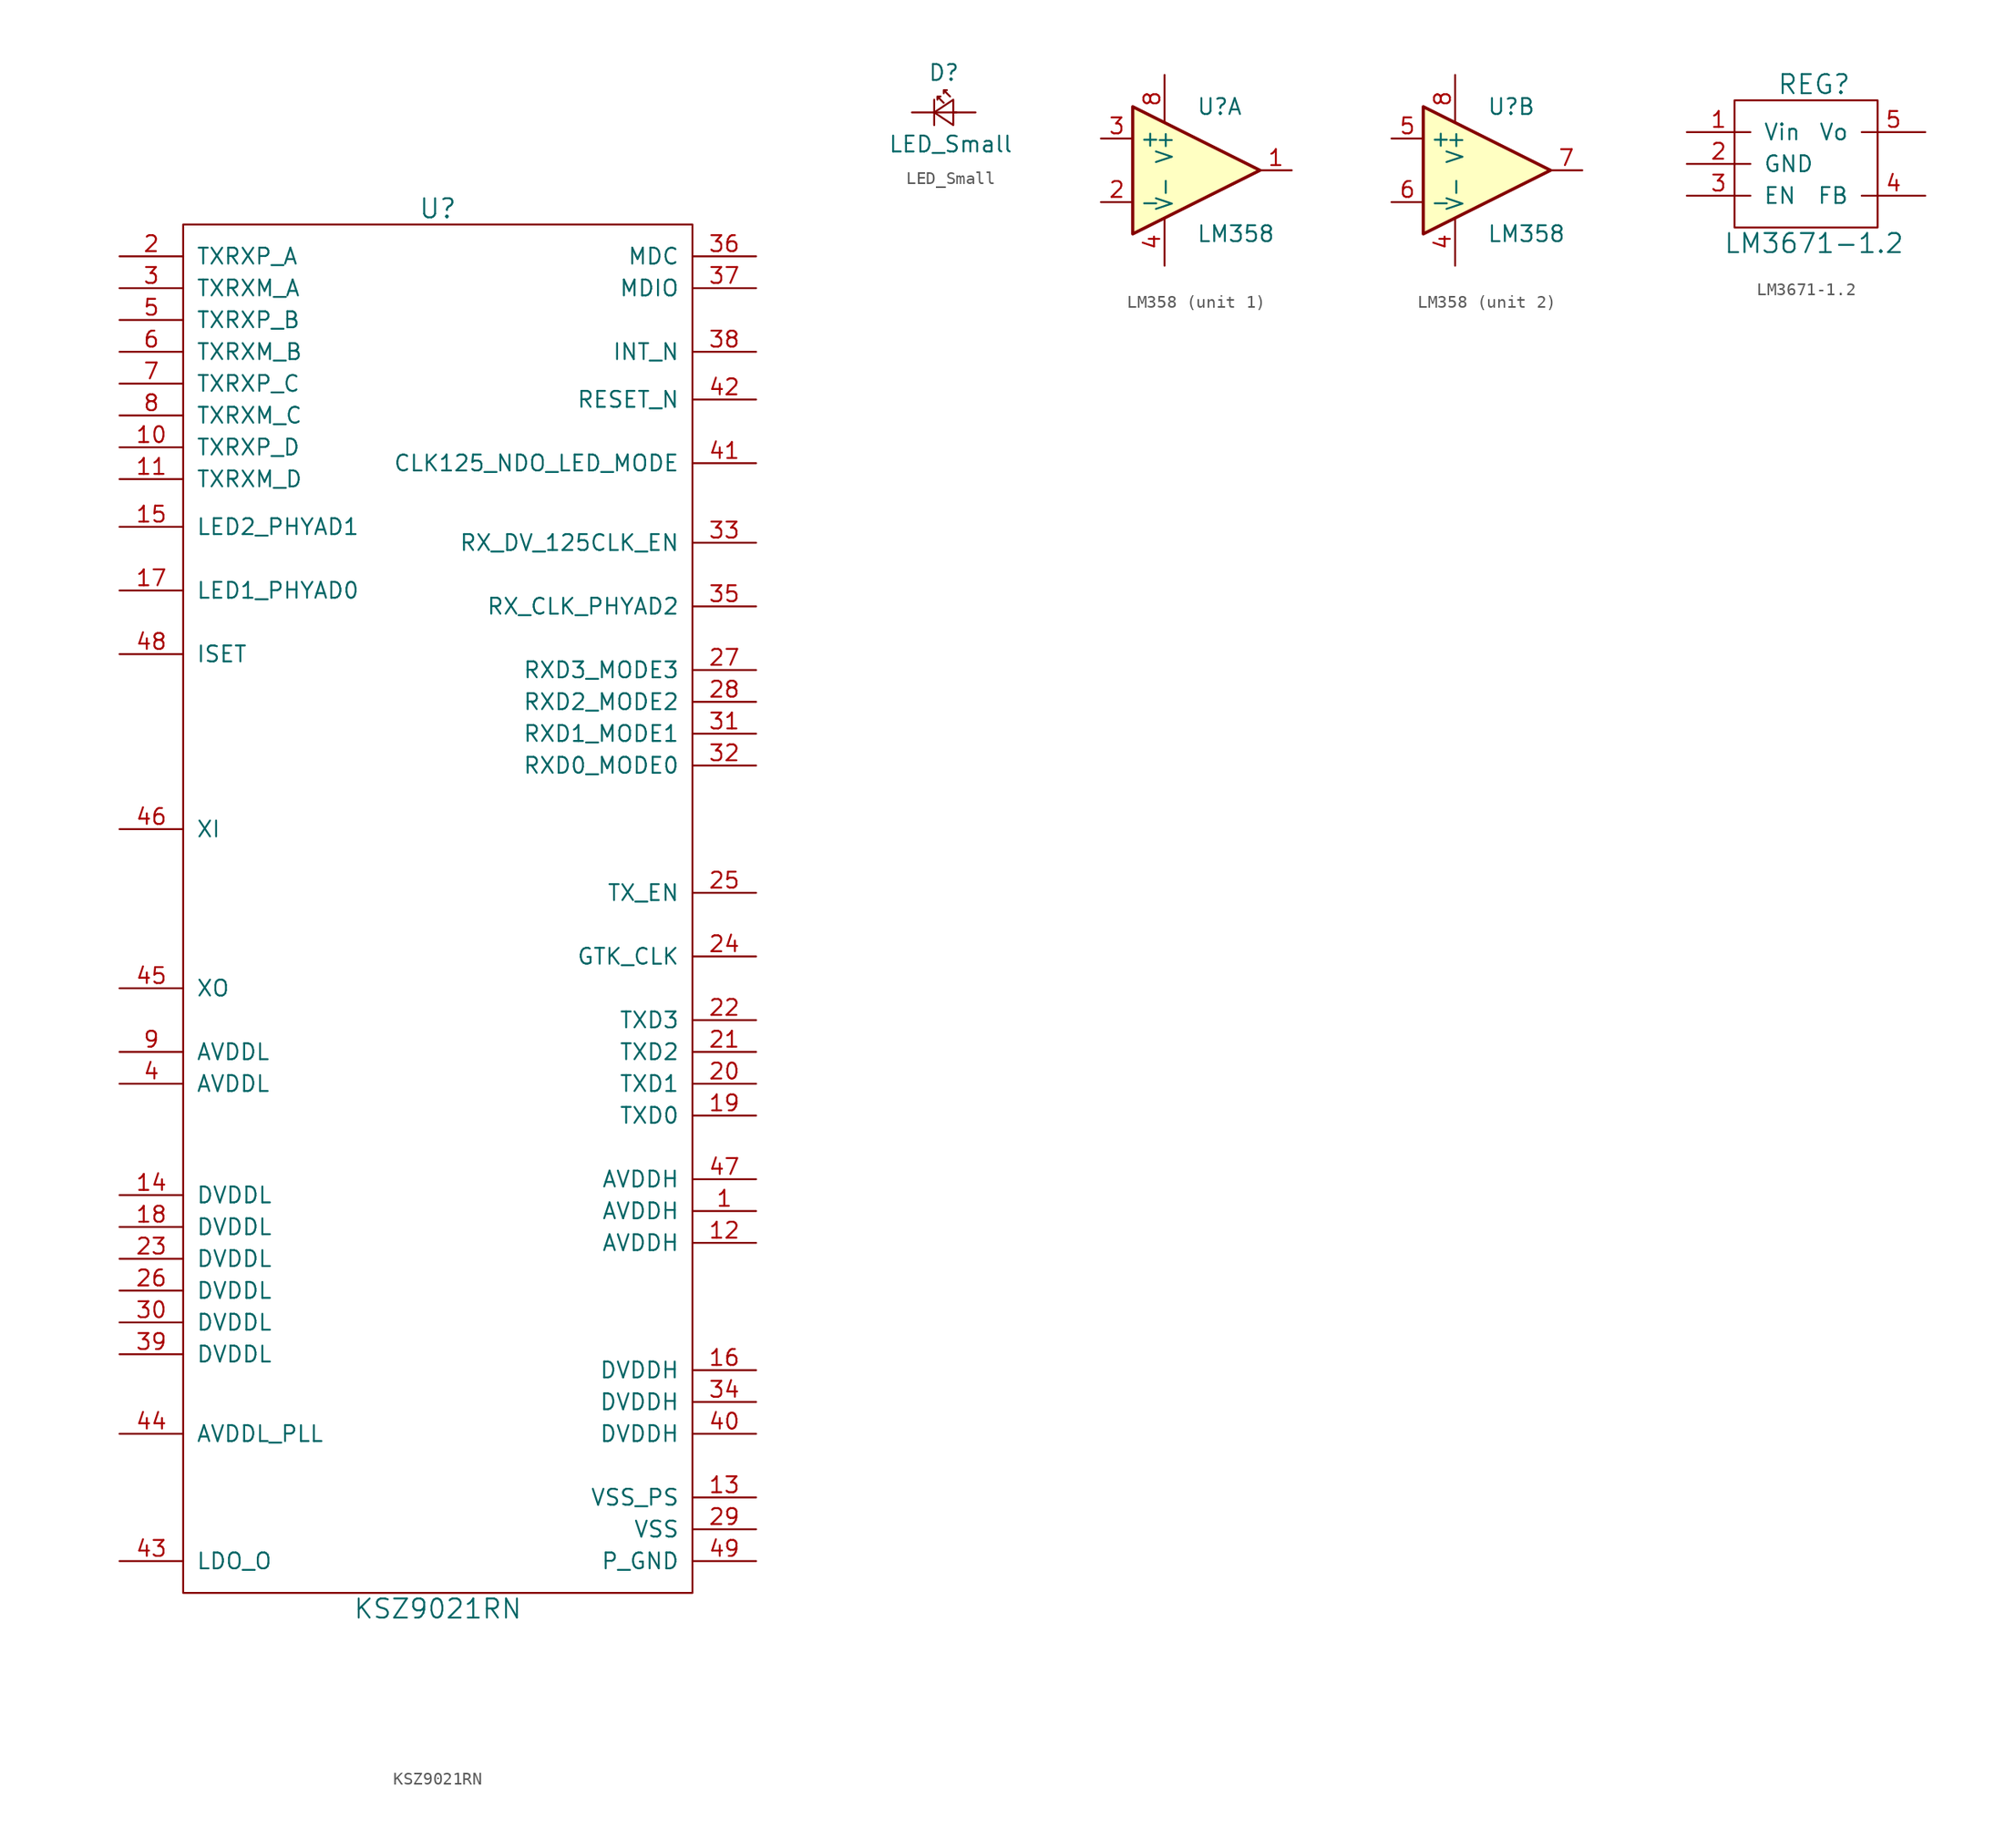
<source format=kicad_sym>
(kicad_symbol_lib
  (version 20210619)
  (generator kicad_symbol_editor)
  (symbol "hermeslite:KSZ9021RN"
    (pin_names
      (offset 1.016))
    (property "Reference" "U"
      (at 0 49.53 0)
      (effects (font (size 1.524 1.524))))
    (property "Value" "KSZ9021RN"
      (at 0 -62.23 0)
      (effects (font (size 1.524 1.524))))
    (property "Footprint" ""
      (at 5.08 17.78 0)
      (effects (font (size 1.524 1.524))))
    (property "Datasheet" ""
      (at 5.08 17.78 0)
      (effects (font (size 1.524 1.524))))
    (symbol "KSZ9021RN_0_1"
      (rectangle (start -20.32 48.26) (end 20.32 -60.96) (stroke (width 0)) (fill (type none))))
    (symbol "KSZ9021RN_1_1"
      (pin power_in line (at 25.4 -30.48 180) (length 5.08) (name "AVDDH" (effects (font (size 1.27 1.27)))) (number "1" (effects (font (size 1.27 1.27)))))
      (pin bidirectional line (at -25.4 30.48 0) (length 5.08) (name "TXRXP_D" (effects (font (size 1.27 1.27)))) (number "10" (effects (font (size 1.27 1.27)))))
      (pin bidirectional line (at -25.4 27.94 0) (length 5.08) (name "TXRXM_D" (effects (font (size 1.27 1.27)))) (number "11" (effects (font (size 1.27 1.27)))))
      (pin power_in line (at 25.4 -33.02 180) (length 5.08) (name "AVDDH" (effects (font (size 1.27 1.27)))) (number "12" (effects (font (size 1.27 1.27)))))
      (pin power_in line (at 25.4 -53.34 180) (length 5.08) (name "VSS_PS" (effects (font (size 1.27 1.27)))) (number "13" (effects (font (size 1.27 1.27)))))
      (pin power_in line (at -25.4 -29.21 0) (length 5.08) (name "DVDDL" (effects (font (size 1.27 1.27)))) (number "14" (effects (font (size 1.27 1.27)))))
      (pin bidirectional line (at -25.4 24.13 0) (length 5.08) (name "LED2_PHYAD1" (effects (font (size 1.27 1.27)))) (number "15" (effects (font (size 1.27 1.27)))))
      (pin power_in line (at 25.4 -43.18 180) (length 5.08) (name "DVDDH" (effects (font (size 1.27 1.27)))) (number "16" (effects (font (size 1.27 1.27)))))
      (pin bidirectional line (at -25.4 19.05 0) (length 5.08) (name "LED1_PHYAD0" (effects (font (size 1.27 1.27)))) (number "17" (effects (font (size 1.27 1.27)))))
      (pin power_in line (at -25.4 -31.75 0) (length 5.08) (name "DVDDL" (effects (font (size 1.27 1.27)))) (number "18" (effects (font (size 1.27 1.27)))))
      (pin input line (at 25.4 -22.86 180) (length 5.08) (name "TXD0" (effects (font (size 1.27 1.27)))) (number "19" (effects (font (size 1.27 1.27)))))
      (pin bidirectional line (at -25.4 45.72 0) (length 5.08) (name "TXRXP_A" (effects (font (size 1.27 1.27)))) (number "2" (effects (font (size 1.27 1.27)))))
      (pin input line (at 25.4 -20.32 180) (length 5.08) (name "TXD1" (effects (font (size 1.27 1.27)))) (number "20" (effects (font (size 1.27 1.27)))))
      (pin input line (at 25.4 -17.78 180) (length 5.08) (name "TXD2" (effects (font (size 1.27 1.27)))) (number "21" (effects (font (size 1.27 1.27)))))
      (pin input line (at 25.4 -15.24 180) (length 5.08) (name "TXD3" (effects (font (size 1.27 1.27)))) (number "22" (effects (font (size 1.27 1.27)))))
      (pin power_in line (at -25.4 -34.29 0) (length 5.08) (name "DVDDL" (effects (font (size 1.27 1.27)))) (number "23" (effects (font (size 1.27 1.27)))))
      (pin input line (at 25.4 -10.16 180) (length 5.08) (name "GTK_CLK" (effects (font (size 1.27 1.27)))) (number "24" (effects (font (size 1.27 1.27)))))
      (pin input line (at 25.4 -5.08 180) (length 5.08) (name "TX_EN" (effects (font (size 1.27 1.27)))) (number "25" (effects (font (size 1.27 1.27)))))
      (pin power_in line (at -25.4 -36.83 0) (length 5.08) (name "DVDDL" (effects (font (size 1.27 1.27)))) (number "26" (effects (font (size 1.27 1.27)))))
      (pin bidirectional line (at 25.4 12.7 180) (length 5.08) (name "RXD3_MODE3" (effects (font (size 1.27 1.27)))) (number "27" (effects (font (size 1.27 1.27)))))
      (pin bidirectional line (at 25.4 10.16 180) (length 5.08) (name "RXD2_MODE2" (effects (font (size 1.27 1.27)))) (number "28" (effects (font (size 1.27 1.27)))))
      (pin power_in line (at 25.4 -55.88 180) (length 5.08) (name "VSS" (effects (font (size 1.27 1.27)))) (number "29" (effects (font (size 1.27 1.27)))))
      (pin bidirectional line (at -25.4 43.18 0) (length 5.08) (name "TXRXM_A" (effects (font (size 1.27 1.27)))) (number "3" (effects (font (size 1.27 1.27)))))
      (pin power_in line (at -25.4 -39.37 0) (length 5.08) (name "DVDDL" (effects (font (size 1.27 1.27)))) (number "30" (effects (font (size 1.27 1.27)))))
      (pin bidirectional line (at 25.4 7.62 180) (length 5.08) (name "RXD1_MODE1" (effects (font (size 1.27 1.27)))) (number "31" (effects (font (size 1.27 1.27)))))
      (pin bidirectional line (at 25.4 5.08 180) (length 5.08) (name "RXD0_MODE0" (effects (font (size 1.27 1.27)))) (number "32" (effects (font (size 1.27 1.27)))))
      (pin bidirectional line (at 25.4 22.86 180) (length 5.08) (name "RX_DV_125CLK_EN" (effects (font (size 1.27 1.27)))) (number "33" (effects (font (size 1.27 1.27)))))
      (pin power_in line (at 25.4 -45.72 180) (length 5.08) (name "DVDDH" (effects (font (size 1.27 1.27)))) (number "34" (effects (font (size 1.27 1.27)))))
      (pin bidirectional line (at 25.4 17.78 180) (length 5.08) (name "RX_CLK_PHYAD2" (effects (font (size 1.27 1.27)))) (number "35" (effects (font (size 1.27 1.27)))))
      (pin input line (at 25.4 45.72 180) (length 5.08) (name "MDC" (effects (font (size 1.27 1.27)))) (number "36" (effects (font (size 1.27 1.27)))))
      (pin bidirectional line (at 25.4 43.18 180) (length 5.08) (name "MDIO" (effects (font (size 1.27 1.27)))) (number "37" (effects (font (size 1.27 1.27)))))
      (pin output line (at 25.4 38.1 180) (length 5.08) (name "INT_N" (effects (font (size 1.27 1.27)))) (number "38" (effects (font (size 1.27 1.27)))))
      (pin power_in line (at -25.4 -41.91 0) (length 5.08) (name "DVDDL" (effects (font (size 1.27 1.27)))) (number "39" (effects (font (size 1.27 1.27)))))
      (pin power_in line (at -25.4 -20.32 0) (length 5.08) (name "AVDDL" (effects (font (size 1.27 1.27)))) (number "4" (effects (font (size 1.27 1.27)))))
      (pin power_in line (at 25.4 -48.26 180) (length 5.08) (name "DVDDH" (effects (font (size 1.27 1.27)))) (number "40" (effects (font (size 1.27 1.27)))))
      (pin bidirectional line (at 25.4 29.21 180) (length 5.08) (name "CLK125_NDO_LED_MODE" (effects (font (size 1.27 1.27)))) (number "41" (effects (font (size 1.27 1.27)))))
      (pin input line (at 25.4 34.29 180) (length 5.08) (name "RESET_N" (effects (font (size 1.27 1.27)))) (number "42" (effects (font (size 1.27 1.27)))))
      (pin power_out line (at -25.4 -58.42 0) (length 5.08) (name "LDO_O" (effects (font (size 1.27 1.27)))) (number "43" (effects (font (size 1.27 1.27)))))
      (pin power_in line (at -25.4 -48.26 0) (length 5.08) (name "AVDDL_PLL" (effects (font (size 1.27 1.27)))) (number "44" (effects (font (size 1.27 1.27)))))
      (pin output line (at -25.4 -12.7 0) (length 5.08) (name "XO" (effects (font (size 1.27 1.27)))) (number "45" (effects (font (size 1.27 1.27)))))
      (pin input line (at -25.4 0 0) (length 5.08) (name "XI" (effects (font (size 1.27 1.27)))) (number "46" (effects (font (size 1.27 1.27)))))
      (pin power_in line (at 25.4 -27.94 180) (length 5.08) (name "AVDDH" (effects (font (size 1.27 1.27)))) (number "47" (effects (font (size 1.27 1.27)))))
      (pin bidirectional line (at -25.4 13.97 0) (length 5.08) (name "ISET" (effects (font (size 1.27 1.27)))) (number "48" (effects (font (size 1.27 1.27)))))
      (pin power_in line (at 25.4 -58.42 180) (length 5.08) (name "P_GND" (effects (font (size 1.27 1.27)))) (number "49" (effects (font (size 1.27 1.27)))))
      (pin bidirectional line (at -25.4 40.64 0) (length 5.08) (name "TXRXP_B" (effects (font (size 1.27 1.27)))) (number "5" (effects (font (size 1.27 1.27)))))
      (pin bidirectional line (at -25.4 38.1 0) (length 5.08) (name "TXRXM_B" (effects (font (size 1.27 1.27)))) (number "6" (effects (font (size 1.27 1.27)))))
      (pin bidirectional line (at -25.4 35.56 0) (length 5.08) (name "TXRXP_C" (effects (font (size 1.27 1.27)))) (number "7" (effects (font (size 1.27 1.27)))))
      (pin bidirectional line (at -25.4 33.02 0) (length 5.08) (name "TXRXM_C" (effects (font (size 1.27 1.27)))) (number "8" (effects (font (size 1.27 1.27)))))
      (pin power_in line (at -25.4 -17.78 0) (length 5.08) (name "AVDDL" (effects (font (size 1.27 1.27)))) (number "9" (effects (font (size 1.27 1.27)))))))
  (symbol "hermeslite:LED_Small"
    (pin_numbers hide)
    (pin_names
      (offset 0.254) hide)
    (property "Reference" "D"
      (at -1.27 3.175 0)
      (effects (font (size 1.27 1.27)) (justify left)))
    (property "Value" "LED_Small"
      (at -4.445 -2.54 0)
      (effects (font (size 1.27 1.27)) (justify left)))
    (symbol "LED_Small_0_1"
      (polyline (pts (xy -0.762 -1.016) (xy -0.762 1.016)) (stroke (width 0)) (fill (type none)))
      (polyline (pts (xy 1.016 0) (xy -0.762 0)) (stroke (width 0)) (fill (type none)))
      (polyline (pts (xy 0.762 -1.016) (xy -0.762 0) (xy 0.762 1.016) (xy 0.762 -1.016)) (stroke (width 0)) (fill (type none)))
      (polyline (pts (xy 0 0.762) (xy -0.508 1.27) (xy -0.254 1.27) (xy -0.508 1.27) (xy -0.508 1.016)) (stroke (width 0)) (fill (type none)))
      (polyline (pts (xy 0.508 1.27) (xy 0 1.778) (xy 0.254 1.778) (xy 0 1.778) (xy 0 1.524)) (stroke (width 0)) (fill (type none))))
    (symbol "LED_Small_1_1"
      (pin passive line (at -2.54 0 0) (length 1.778) (name "K" (effects (font (size 1.27 1.27)))) (number "1" (effects (font (size 1.27 1.27)))))
      (pin passive line (at 2.54 0 180) (length 1.778) (name "A" (effects (font (size 1.27 1.27)))) (number "2" (effects (font (size 1.27 1.27)))))))
  (symbol "hermeslite:LM358"
    (property "Reference" "U"
      (at 0 5.08 0)
      (effects (font (size 1.27 1.27)) (justify left)))
    (property "Value" "LM358"
      (at 0 -5.08 0)
      (effects (font (size 1.27 1.27)) (justify left)))
    (symbol "LM358_0_1"
      (polyline (pts (xy -5.08 5.08) (xy 5.08 0) (xy -5.08 -5.08) (xy -5.08 5.08)) (stroke (width 0.254)) (fill (type background)))
      (pin power_in line (at -2.54 -7.62 90) (length 3.81) (name "V-" (effects (font (size 1.27 1.27)))) (number "4" (effects (font (size 1.27 1.27)))))
      (pin power_in line (at -2.54 7.62 270) (length 3.81) (name "V+" (effects (font (size 1.27 1.27)))) (number "8" (effects (font (size 1.27 1.27))))))
    (symbol "LM358_1_1"
      (pin output line (at 7.62 0 180) (length 2.54) (name "~" (effects (font (size 1.27 1.27)))) (number "1" (effects (font (size 1.27 1.27)))))
      (pin input line (at -7.62 -2.54 0) (length 2.54) (name "-" (effects (font (size 1.27 1.27)))) (number "2" (effects (font (size 1.27 1.27)))))
      (pin input line (at -7.62 2.54 0) (length 2.54) (name "+" (effects (font (size 1.27 1.27)))) (number "3" (effects (font (size 1.27 1.27))))))
    (symbol "LM358_2_1"
      (pin input line (at -7.62 2.54 0) (length 2.54) (name "+" (effects (font (size 1.27 1.27)))) (number "5" (effects (font (size 1.27 1.27)))))
      (pin input line (at -7.62 -2.54 0) (length 2.54) (name "-" (effects (font (size 1.27 1.27)))) (number "6" (effects (font (size 1.27 1.27)))))
      (pin output line (at 7.62 0 180) (length 2.54) (name "~" (effects (font (size 1.27 1.27)))) (number "7" (effects (font (size 1.27 1.27)))))))
  (symbol "hermeslite:LM3671-1.2"
    (pin_names
      (offset 1.016))
    (property "Reference" "REG"
      (at 5.08 6.35 0)
      (effects (font (size 1.524 1.524))))
    (property "Value" "LM3671-1.2"
      (at 5.08 -6.35 0)
      (effects (font (size 1.524 1.524))))
    (property "Footprint" ""
      (at 0 0 0)
      (effects (font (size 1.524 1.524))))
    (property "Datasheet" ""
      (at 0 0 0)
      (effects (font (size 1.524 1.524))))
    (symbol "LM3671-1.2_0_1"
      (rectangle (start -1.27 5.08) (end 10.16 -5.08) (stroke (width 0)) (fill (type none))))
    (symbol "LM3671-1.2_1_1"
      (pin power_in line (at -5.08 2.54 0) (length 5.08) (name "Vin" (effects (font (size 1.27 1.27)))) (number "1" (effects (font (size 1.27 1.27)))))
      (pin power_in line (at -5.08 0 0) (length 5.08) (name "GND" (effects (font (size 1.27 1.27)))) (number "2" (effects (font (size 1.27 1.27)))))
      (pin input line (at -5.08 -2.54 0) (length 5.08) (name "EN" (effects (font (size 1.27 1.27)))) (number "3" (effects (font (size 1.27 1.27)))))
      (pin input line (at 13.97 -2.54 180) (length 5.08) (name "FB" (effects (font (size 1.27 1.27)))) (number "4" (effects (font (size 1.27 1.27)))))
      (pin power_out line (at 13.97 2.54 180) (length 5.08) (name "Vo" (effects (font (size 1.27 1.27)))) (number "5" (effects (font (size 1.27 1.27))))))))
</source>
